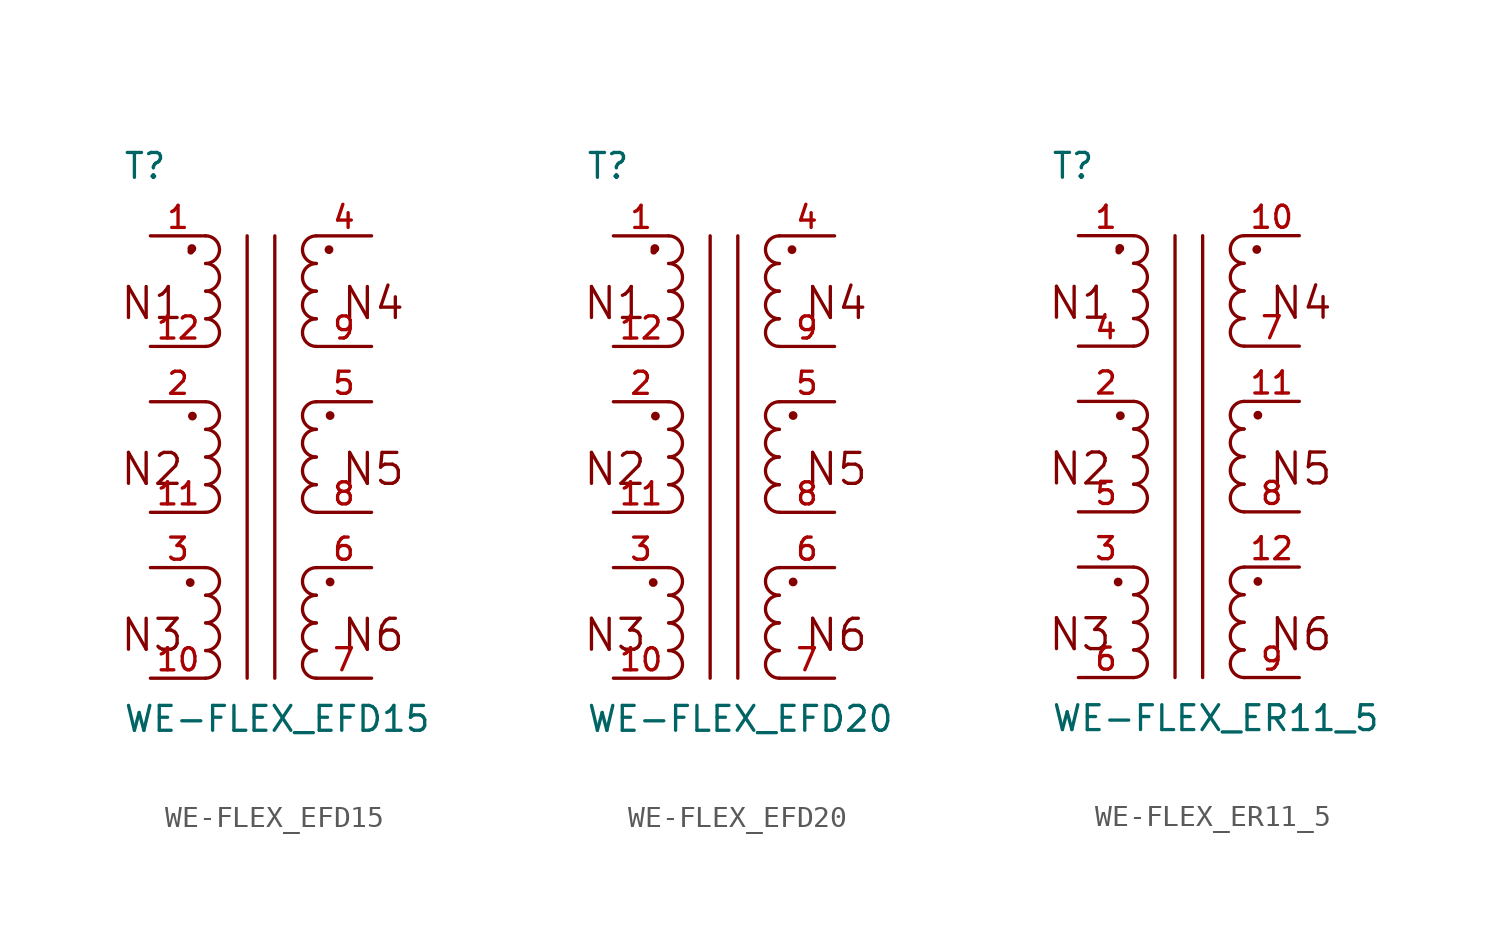
<source format=kicad_sym>
(kicad_symbol_lib
  (version 20220914)
  (generator kicad_symbol_editor)
  (symbol "WE-FLEX_EFD15"
    (pin_names
      (offset 1.016) hide)
    (property "Reference" "T"
      (at -6.35 12.7 0)
      (effects (font (size 1.143 1.143)) (justify left bottom)))
    (property "Value" "WE-FLEX_EFD15"
      (at -6.35 -12.7 0)
      (effects (font (size 1.143 1.143)) (justify left bottom)))
    (property "ki_locked" ""
      (at 0 0 0)
      (effects (font (size 1.27 1.27))))
    (symbol "WE-FLEX_EFD15_1_0"
      (polyline (pts (xy -0.635 10.16) (xy -0.635 -10.16)) (stroke (width 0) (type solid)) (fill (type none)))
      (polyline (pts (xy 0.635 10.16) (xy 0.635 -10.16)) (stroke (width 0) (type solid)) (fill (type none)))
      (text "N1" (at -5.004 7.061 0) (effects (font (size 1.422 1.422))))
      (text "N2" (at -5.004 -0.559 0) (effects (font (size 1.422 1.422))))
      (text "N3" (at -5.004 -8.179 0) (effects (font (size 1.422 1.422))))
      (text "N4" (at 5.156 7.061 0) (effects (font (size 1.422 1.422))))
      (text "N5" (at 5.156 -0.559 0) (effects (font (size 1.422 1.422))))
      (text "N6" (at 5.156 -8.179 0) (effects (font (size 1.422 1.422)))))
    (symbol "WE-FLEX_EFD15_1_1"
      (circle (center -3.251 -5.766) (radius 0.127) (stroke (width 0) (type solid)) (fill (type outline)))
      (circle (center -3.226 9.449) (radius 0.0001) (stroke (width 0) (type solid)) (fill (type none)))
      (circle (center -3.175 9.576) (radius 0.127) (stroke (width 0) (type solid)) (fill (type outline)))
      (circle (center -3.15 1.88) (radius 0.127) (stroke (width 0) (type solid)) (fill (type outline)))
      (arc (start -2.54 -10.16) (mid -1.9077 -9.525) (end -2.54 -8.89) (stroke (width 0) (type solid)) (fill (type none)))
      (arc (start -2.54 -8.89) (mid -1.9077 -8.255) (end -2.54 -7.62) (stroke (width 0) (type solid)) (fill (type none)))
      (arc (start -2.54 -7.62) (mid -1.9077 -6.985) (end -2.54 -6.35) (stroke (width 0) (type solid)) (fill (type none)))
      (arc (start -2.54 -6.35) (mid -1.9077 -5.715) (end -2.54 -5.08) (stroke (width 0) (type solid)) (fill (type none)))
      (arc (start -2.54 -2.54) (mid -1.9077 -1.905) (end -2.54 -1.27) (stroke (width 0) (type solid)) (fill (type none)))
      (arc (start -2.54 -1.27) (mid -1.9077 -0.635) (end -2.54 0) (stroke (width 0) (type solid)) (fill (type none)))
      (arc (start -2.54 0) (mid -1.9077 0.635) (end -2.54 1.27) (stroke (width 0) (type solid)) (fill (type none)))
      (arc (start -2.54 1.27) (mid -1.9077 1.905) (end -2.54 2.54) (stroke (width 0) (type solid)) (fill (type none)))
      (arc (start -2.54 5.08) (mid -1.9077 5.715) (end -2.54 6.35) (stroke (width 0) (type solid)) (fill (type none)))
      (arc (start -2.54 6.35) (mid -1.9077 6.985) (end -2.54 7.62) (stroke (width 0) (type solid)) (fill (type none)))
      (arc (start -2.54 7.62) (mid -1.9077 8.255) (end -2.54 8.89) (stroke (width 0) (type solid)) (fill (type none)))
      (arc (start -2.54 8.89) (mid -1.9077 9.525) (end -2.54 10.16) (stroke (width 0) (type solid)) (fill (type none)))
      (arc (start 2.54 -8.89) (mid 1.9077 -9.525) (end 2.54 -10.16) (stroke (width 0) (type solid)) (fill (type none)))
      (arc (start 2.54 -7.62) (mid 1.9077 -8.255) (end 2.54 -8.89) (stroke (width 0) (type solid)) (fill (type none)))
      (arc (start 2.54 -6.35) (mid 1.9077 -6.985) (end 2.54 -7.62) (stroke (width 0) (type solid)) (fill (type none)))
      (arc (start 2.54 -5.08) (mid 1.9077 -5.715) (end 2.54 -6.35) (stroke (width 0) (type solid)) (fill (type none)))
      (arc (start 2.54 -1.27) (mid 1.9077 -1.905) (end 2.54 -2.54) (stroke (width 0) (type solid)) (fill (type none)))
      (arc (start 2.54 0) (mid 1.9077 -0.635) (end 2.54 -1.27) (stroke (width 0) (type solid)) (fill (type none)))
      (arc (start 2.54 1.27) (mid 1.9077 0.635) (end 2.54 0) (stroke (width 0) (type solid)) (fill (type none)))
      (arc (start 2.54 2.54) (mid 1.9077 1.905) (end 2.54 1.27) (stroke (width 0) (type solid)) (fill (type none)))
      (arc (start 2.54 6.35) (mid 1.9077 5.715) (end 2.54 5.08) (stroke (width 0) (type solid)) (fill (type none)))
      (arc (start 2.54 7.62) (mid 1.9077 6.985) (end 2.54 6.35) (stroke (width 0) (type solid)) (fill (type none)))
      (arc (start 2.54 8.89) (mid 1.9077 8.255) (end 2.54 7.62) (stroke (width 0) (type solid)) (fill (type none)))
      (arc (start 2.54 10.16) (mid 1.9077 9.525) (end 2.54 8.89) (stroke (width 0) (type solid)) (fill (type none)))
      (circle (center 3.124 9.525) (radius 0.127) (stroke (width 0) (type solid)) (fill (type outline)))
      (circle (center 3.175 -5.74) (radius 0.127) (stroke (width 0) (type solid)) (fill (type outline)))
      (circle (center 3.175 1.905) (radius 0.127) (stroke (width 0) (type solid)) (fill (type outline)))
      (pin passive line (at -5.08 10.16 0) (length 2.54) (name "1" (effects (font (size 1.016 1.016)))) (number "1" (effects (font (size 1.016 1.016)))))
      (pin passive line (at -5.08 -10.16 0) (length 2.54) (name "8" (effects (font (size 1.016 1.016)))) (number "10" (effects (font (size 1.016 1.016)))))
      (pin passive line (at -5.08 -2.54 0) (length 2.54) (name "10" (effects (font (size 1.016 1.016)))) (number "11" (effects (font (size 1.016 1.016)))))
      (pin passive line (at -5.08 5.08 0) (length 2.54) (name "12" (effects (font (size 1.016 1.016)))) (number "12" (effects (font (size 1.016 1.016)))))
      (pin passive line (at -5.08 2.54 0) (length 2.54) (name "11" (effects (font (size 1.016 1.016)))) (number "2" (effects (font (size 1.016 1.016)))))
      (pin passive line (at -5.08 -5.08 0) (length 2.54) (name "9" (effects (font (size 1.016 1.016)))) (number "3" (effects (font (size 1.016 1.016)))))
      (pin passive line (at 5.08 10.16 180) (length 2.54) (name "2" (effects (font (size 1.016 1.016)))) (number "4" (effects (font (size 1.016 1.016)))))
      (pin passive line (at 5.08 2.54 180) (length 2.54) (name "4" (effects (font (size 1.016 1.016)))) (number "5" (effects (font (size 1.016 1.016)))))
      (pin passive line (at 5.08 -5.08 180) (length 2.54) (name "6" (effects (font (size 1.016 1.016)))) (number "6" (effects (font (size 1.016 1.016)))))
      (pin passive line (at 5.08 -10.16 180) (length 2.54) (name "7" (effects (font (size 1.016 1.016)))) (number "7" (effects (font (size 1.016 1.016)))))
      (pin passive line (at 5.08 -2.54 180) (length 2.54) (name "5" (effects (font (size 1.016 1.016)))) (number "8" (effects (font (size 1.016 1.016)))))
      (pin passive line (at 5.08 5.08 180) (length 2.54) (name "3" (effects (font (size 1.016 1.016)))) (number "9" (effects (font (size 1.016 1.016)))))))
  (symbol "WE-FLEX_EFD20"
    (pin_names
      (offset 1.016) hide)
    (property "Reference" "T"
      (at -6.35 12.7 0)
      (effects (font (size 1.143 1.143)) (justify left bottom)))
    (property "Value" "WE-FLEX_EFD20"
      (at -6.35 -12.7 0)
      (effects (font (size 1.143 1.143)) (justify left bottom)))
    (property "ki_locked" ""
      (at 0 0 0)
      (effects (font (size 1.27 1.27))))
    (symbol "WE-FLEX_EFD20_1_0"
      (polyline (pts (xy -0.635 10.16) (xy -0.635 -10.16)) (stroke (width 0) (type solid)) (fill (type none)))
      (polyline (pts (xy 0.635 10.16) (xy 0.635 -10.16)) (stroke (width 0) (type solid)) (fill (type none)))
      (text "N1" (at -5.004 7.061 0) (effects (font (size 1.422 1.422))))
      (text "N2" (at -5.004 -0.559 0) (effects (font (size 1.422 1.422))))
      (text "N3" (at -5.004 -8.179 0) (effects (font (size 1.422 1.422))))
      (text "N4" (at 5.156 7.061 0) (effects (font (size 1.422 1.422))))
      (text "N5" (at 5.156 -0.559 0) (effects (font (size 1.422 1.422))))
      (text "N6" (at 5.156 -8.179 0) (effects (font (size 1.422 1.422)))))
    (symbol "WE-FLEX_EFD20_1_1"
      (circle (center -3.251 -5.766) (radius 0.127) (stroke (width 0) (type solid)) (fill (type outline)))
      (circle (center -3.226 9.449) (radius 0.0001) (stroke (width 0) (type solid)) (fill (type none)))
      (circle (center -3.175 9.576) (radius 0.127) (stroke (width 0) (type solid)) (fill (type outline)))
      (circle (center -3.15 1.88) (radius 0.127) (stroke (width 0) (type solid)) (fill (type outline)))
      (arc (start -2.54 -10.16) (mid -1.9077 -9.525) (end -2.54 -8.89) (stroke (width 0) (type solid)) (fill (type none)))
      (arc (start -2.54 -8.89) (mid -1.9077 -8.255) (end -2.54 -7.62) (stroke (width 0) (type solid)) (fill (type none)))
      (arc (start -2.54 -7.62) (mid -1.9077 -6.985) (end -2.54 -6.35) (stroke (width 0) (type solid)) (fill (type none)))
      (arc (start -2.54 -6.35) (mid -1.9077 -5.715) (end -2.54 -5.08) (stroke (width 0) (type solid)) (fill (type none)))
      (arc (start -2.54 -2.54) (mid -1.9077 -1.905) (end -2.54 -1.27) (stroke (width 0) (type solid)) (fill (type none)))
      (arc (start -2.54 -1.27) (mid -1.9077 -0.635) (end -2.54 0) (stroke (width 0) (type solid)) (fill (type none)))
      (arc (start -2.54 0) (mid -1.9077 0.635) (end -2.54 1.27) (stroke (width 0) (type solid)) (fill (type none)))
      (arc (start -2.54 1.27) (mid -1.9077 1.905) (end -2.54 2.54) (stroke (width 0) (type solid)) (fill (type none)))
      (arc (start -2.54 5.08) (mid -1.9077 5.715) (end -2.54 6.35) (stroke (width 0) (type solid)) (fill (type none)))
      (arc (start -2.54 6.35) (mid -1.9077 6.985) (end -2.54 7.62) (stroke (width 0) (type solid)) (fill (type none)))
      (arc (start -2.54 7.62) (mid -1.9077 8.255) (end -2.54 8.89) (stroke (width 0) (type solid)) (fill (type none)))
      (arc (start -2.54 8.89) (mid -1.9077 9.525) (end -2.54 10.16) (stroke (width 0) (type solid)) (fill (type none)))
      (arc (start 2.54 -8.89) (mid 1.9077 -9.525) (end 2.54 -10.16) (stroke (width 0) (type solid)) (fill (type none)))
      (arc (start 2.54 -7.62) (mid 1.9077 -8.255) (end 2.54 -8.89) (stroke (width 0) (type solid)) (fill (type none)))
      (arc (start 2.54 -6.35) (mid 1.9077 -6.985) (end 2.54 -7.62) (stroke (width 0) (type solid)) (fill (type none)))
      (arc (start 2.54 -5.08) (mid 1.9077 -5.715) (end 2.54 -6.35) (stroke (width 0) (type solid)) (fill (type none)))
      (arc (start 2.54 -1.27) (mid 1.9077 -1.905) (end 2.54 -2.54) (stroke (width 0) (type solid)) (fill (type none)))
      (arc (start 2.54 0) (mid 1.9077 -0.635) (end 2.54 -1.27) (stroke (width 0) (type solid)) (fill (type none)))
      (arc (start 2.54 1.27) (mid 1.9077 0.635) (end 2.54 0) (stroke (width 0) (type solid)) (fill (type none)))
      (arc (start 2.54 2.54) (mid 1.9077 1.905) (end 2.54 1.27) (stroke (width 0) (type solid)) (fill (type none)))
      (arc (start 2.54 6.35) (mid 1.9077 5.715) (end 2.54 5.08) (stroke (width 0) (type solid)) (fill (type none)))
      (arc (start 2.54 7.62) (mid 1.9077 6.985) (end 2.54 6.35) (stroke (width 0) (type solid)) (fill (type none)))
      (arc (start 2.54 8.89) (mid 1.9077 8.255) (end 2.54 7.62) (stroke (width 0) (type solid)) (fill (type none)))
      (arc (start 2.54 10.16) (mid 1.9077 9.525) (end 2.54 8.89) (stroke (width 0) (type solid)) (fill (type none)))
      (circle (center 3.124 9.525) (radius 0.127) (stroke (width 0) (type solid)) (fill (type outline)))
      (circle (center 3.175 -5.74) (radius 0.127) (stroke (width 0) (type solid)) (fill (type outline)))
      (circle (center 3.175 1.905) (radius 0.127) (stroke (width 0) (type solid)) (fill (type outline)))
      (pin passive line (at -5.08 10.16 0) (length 2.54) (name "1" (effects (font (size 1.016 1.016)))) (number "1" (effects (font (size 1.016 1.016)))))
      (pin passive line (at -5.08 -10.16 0) (length 2.54) (name "8" (effects (font (size 1.016 1.016)))) (number "10" (effects (font (size 1.016 1.016)))))
      (pin passive line (at -5.08 -2.54 0) (length 2.54) (name "10" (effects (font (size 1.016 1.016)))) (number "11" (effects (font (size 1.016 1.016)))))
      (pin passive line (at -5.08 5.08 0) (length 2.54) (name "12" (effects (font (size 1.016 1.016)))) (number "12" (effects (font (size 1.016 1.016)))))
      (pin passive line (at -5.08 2.54 0) (length 2.54) (name "11" (effects (font (size 1.016 1.016)))) (number "2" (effects (font (size 1.016 1.016)))))
      (pin passive line (at -5.08 -5.08 0) (length 2.54) (name "9" (effects (font (size 1.016 1.016)))) (number "3" (effects (font (size 1.016 1.016)))))
      (pin passive line (at 5.08 10.16 180) (length 2.54) (name "2" (effects (font (size 1.016 1.016)))) (number "4" (effects (font (size 1.016 1.016)))))
      (pin passive line (at 5.08 2.54 180) (length 2.54) (name "4" (effects (font (size 1.016 1.016)))) (number "5" (effects (font (size 1.016 1.016)))))
      (pin passive line (at 5.08 -5.08 180) (length 2.54) (name "6" (effects (font (size 1.016 1.016)))) (number "6" (effects (font (size 1.016 1.016)))))
      (pin passive line (at 5.08 -10.16 180) (length 2.54) (name "7" (effects (font (size 1.016 1.016)))) (number "7" (effects (font (size 1.016 1.016)))))
      (pin passive line (at 5.08 -2.54 180) (length 2.54) (name "5" (effects (font (size 1.016 1.016)))) (number "8" (effects (font (size 1.016 1.016)))))
      (pin passive line (at 5.08 5.08 180) (length 2.54) (name "3" (effects (font (size 1.016 1.016)))) (number "9" (effects (font (size 1.016 1.016)))))))
  (symbol "WE-FLEX_ER11_5"
    (pin_names
      (offset 1.016) hide)
    (property "Reference" "T"
      (at -6.35 12.7 0)
      (effects (font (size 1.143 1.143)) (justify left bottom)))
    (property "Value" "WE-FLEX_ER11_5"
      (at -6.35 -12.7 0)
      (effects (font (size 1.143 1.143)) (justify left bottom)))
    (property "ki_locked" ""
      (at 0 0 0)
      (effects (font (size 1.27 1.27))))
    (symbol "WE-FLEX_ER11_5_1_0"
      (polyline (pts (xy -0.635 10.16) (xy -0.635 -10.16)) (stroke (width 0) (type solid)) (fill (type none)))
      (polyline (pts (xy 0.635 10.16) (xy 0.635 -10.16)) (stroke (width 0) (type solid)) (fill (type none)))
      (text "N1" (at -5.004 7.061 0) (effects (font (size 1.422 1.422))))
      (text "N2" (at -5.004 -0.559 0) (effects (font (size 1.422 1.422))))
      (text "N3" (at -5.004 -8.179 0) (effects (font (size 1.422 1.422))))
      (text "N4" (at 5.156 7.061 0) (effects (font (size 1.422 1.422))))
      (text "N5" (at 5.156 -0.559 0) (effects (font (size 1.422 1.422))))
      (text "N6" (at 5.156 -8.179 0) (effects (font (size 1.422 1.422)))))
    (symbol "WE-FLEX_ER11_5_1_1"
      (circle (center -3.251 -5.766) (radius 0.127) (stroke (width 0) (type solid)) (fill (type outline)))
      (circle (center -3.226 9.449) (radius 0.0001) (stroke (width 0) (type solid)) (fill (type none)))
      (circle (center -3.175 9.576) (radius 0.127) (stroke (width 0) (type solid)) (fill (type outline)))
      (circle (center -3.15 1.88) (radius 0.127) (stroke (width 0) (type solid)) (fill (type outline)))
      (arc (start -2.54 -10.16) (mid -1.9077 -9.525) (end -2.54 -8.89) (stroke (width 0) (type solid)) (fill (type none)))
      (arc (start -2.54 -8.89) (mid -1.9077 -8.255) (end -2.54 -7.62) (stroke (width 0) (type solid)) (fill (type none)))
      (arc (start -2.54 -7.62) (mid -1.9077 -6.985) (end -2.54 -6.35) (stroke (width 0) (type solid)) (fill (type none)))
      (arc (start -2.54 -6.35) (mid -1.9077 -5.715) (end -2.54 -5.08) (stroke (width 0) (type solid)) (fill (type none)))
      (arc (start -2.54 -2.54) (mid -1.9077 -1.905) (end -2.54 -1.27) (stroke (width 0) (type solid)) (fill (type none)))
      (arc (start -2.54 -1.27) (mid -1.9077 -0.635) (end -2.54 0) (stroke (width 0) (type solid)) (fill (type none)))
      (arc (start -2.54 0) (mid -1.9077 0.635) (end -2.54 1.27) (stroke (width 0) (type solid)) (fill (type none)))
      (arc (start -2.54 1.27) (mid -1.9077 1.905) (end -2.54 2.54) (stroke (width 0) (type solid)) (fill (type none)))
      (arc (start -2.54 5.08) (mid -1.9077 5.715) (end -2.54 6.35) (stroke (width 0) (type solid)) (fill (type none)))
      (arc (start -2.54 6.35) (mid -1.9077 6.985) (end -2.54 7.62) (stroke (width 0) (type solid)) (fill (type none)))
      (arc (start -2.54 7.62) (mid -1.9077 8.255) (end -2.54 8.89) (stroke (width 0) (type solid)) (fill (type none)))
      (arc (start -2.54 8.89) (mid -1.9077 9.525) (end -2.54 10.16) (stroke (width 0) (type solid)) (fill (type none)))
      (arc (start 2.54 -8.89) (mid 1.9077 -9.525) (end 2.54 -10.16) (stroke (width 0) (type solid)) (fill (type none)))
      (arc (start 2.54 -7.62) (mid 1.9077 -8.255) (end 2.54 -8.89) (stroke (width 0) (type solid)) (fill (type none)))
      (arc (start 2.54 -6.35) (mid 1.9077 -6.985) (end 2.54 -7.62) (stroke (width 0) (type solid)) (fill (type none)))
      (arc (start 2.54 -5.08) (mid 1.9077 -5.715) (end 2.54 -6.35) (stroke (width 0) (type solid)) (fill (type none)))
      (arc (start 2.54 -1.27) (mid 1.9077 -1.905) (end 2.54 -2.54) (stroke (width 0) (type solid)) (fill (type none)))
      (arc (start 2.54 0) (mid 1.9077 -0.635) (end 2.54 -1.27) (stroke (width 0) (type solid)) (fill (type none)))
      (arc (start 2.54 1.27) (mid 1.9077 0.635) (end 2.54 0) (stroke (width 0) (type solid)) (fill (type none)))
      (arc (start 2.54 2.54) (mid 1.9077 1.905) (end 2.54 1.27) (stroke (width 0) (type solid)) (fill (type none)))
      (arc (start 2.54 6.35) (mid 1.9077 5.715) (end 2.54 5.08) (stroke (width 0) (type solid)) (fill (type none)))
      (arc (start 2.54 7.62) (mid 1.9077 6.985) (end 2.54 6.35) (stroke (width 0) (type solid)) (fill (type none)))
      (arc (start 2.54 8.89) (mid 1.9077 8.255) (end 2.54 7.62) (stroke (width 0) (type solid)) (fill (type none)))
      (arc (start 2.54 10.16) (mid 1.9077 9.525) (end 2.54 8.89) (stroke (width 0) (type solid)) (fill (type none)))
      (circle (center 3.124 9.525) (radius 0.127) (stroke (width 0) (type solid)) (fill (type outline)))
      (circle (center 3.175 -5.74) (radius 0.127) (stroke (width 0) (type solid)) (fill (type outline)))
      (circle (center 3.175 1.905) (radius 0.127) (stroke (width 0) (type solid)) (fill (type outline)))
      (pin passive line (at -5.08 10.16 0) (length 2.54) (name "1" (effects (font (size 1.016 1.016)))) (number "1" (effects (font (size 1.016 1.016)))))
      (pin passive line (at 5.08 10.16 180) (length 2.54) (name "2" (effects (font (size 1.016 1.016)))) (number "10" (effects (font (size 1.016 1.016)))))
      (pin passive line (at 5.08 2.54 180) (length 2.54) (name "4" (effects (font (size 1.016 1.016)))) (number "11" (effects (font (size 1.016 1.016)))))
      (pin passive line (at 5.08 -5.08 180) (length 2.54) (name "6" (effects (font (size 1.016 1.016)))) (number "12" (effects (font (size 1.016 1.016)))))
      (pin passive line (at -5.08 2.54 0) (length 2.54) (name "11" (effects (font (size 1.016 1.016)))) (number "2" (effects (font (size 1.016 1.016)))))
      (pin passive line (at -5.08 -5.08 0) (length 2.54) (name "9" (effects (font (size 1.016 1.016)))) (number "3" (effects (font (size 1.016 1.016)))))
      (pin passive line (at -5.08 5.08 0) (length 2.54) (name "12" (effects (font (size 1.016 1.016)))) (number "4" (effects (font (size 1.016 1.016)))))
      (pin passive line (at -5.08 -2.54 0) (length 2.54) (name "10" (effects (font (size 1.016 1.016)))) (number "5" (effects (font (size 1.016 1.016)))))
      (pin passive line (at -5.08 -10.16 0) (length 2.54) (name "8" (effects (font (size 1.016 1.016)))) (number "6" (effects (font (size 1.016 1.016)))))
      (pin passive line (at 5.08 5.08 180) (length 2.54) (name "3" (effects (font (size 1.016 1.016)))) (number "7" (effects (font (size 1.016 1.016)))))
      (pin passive line (at 5.08 -2.54 180) (length 2.54) (name "5" (effects (font (size 1.016 1.016)))) (number "8" (effects (font (size 1.016 1.016)))))
      (pin passive line (at 5.08 -10.16 180) (length 2.54) (name "7" (effects (font (size 1.016 1.016)))) (number "9" (effects (font (size 1.016 1.016))))))))
</source>
